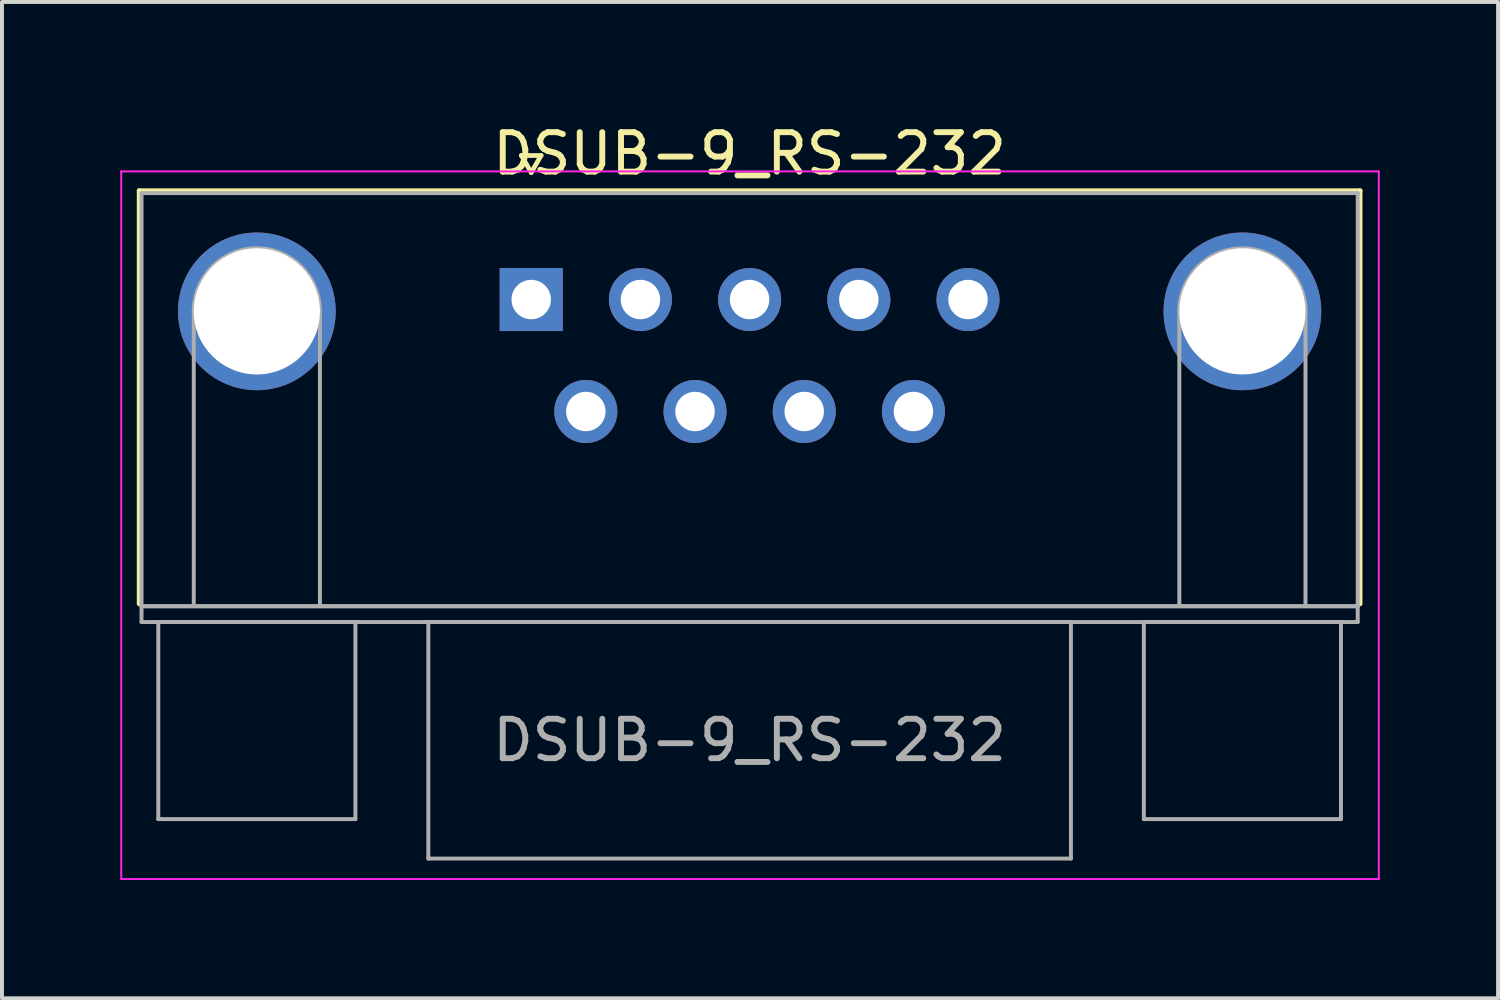
<source format=kicad_pcb>
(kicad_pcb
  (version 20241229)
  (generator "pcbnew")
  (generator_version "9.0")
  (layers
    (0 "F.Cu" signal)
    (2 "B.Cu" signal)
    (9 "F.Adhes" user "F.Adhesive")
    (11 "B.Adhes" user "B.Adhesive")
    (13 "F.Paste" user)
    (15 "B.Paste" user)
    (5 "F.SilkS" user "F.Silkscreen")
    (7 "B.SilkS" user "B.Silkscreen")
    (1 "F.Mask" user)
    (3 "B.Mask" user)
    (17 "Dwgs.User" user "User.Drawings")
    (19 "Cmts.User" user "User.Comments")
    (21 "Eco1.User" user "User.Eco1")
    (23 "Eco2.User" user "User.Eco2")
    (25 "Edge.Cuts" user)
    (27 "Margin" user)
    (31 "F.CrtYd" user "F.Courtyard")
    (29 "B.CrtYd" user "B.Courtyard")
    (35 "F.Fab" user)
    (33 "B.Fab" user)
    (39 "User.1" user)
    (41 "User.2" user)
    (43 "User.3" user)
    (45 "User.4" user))
  (footprint "DSUB-9_RS-232"
    (layer "F.Cu")
    (at 10.425 4.548)
    (property "Reference" "DSUB-9_RS-232" (at 5.54 -3.7 0) (layer "F.SilkS") (effects (font (size 1 1) (thickness 0.15))))
    (attr through_hole)
    (fp_line (start -9.945 -2.76) (end 21.025 -2.76) (stroke (width 0.12) (type solid)) (layer "F.SilkS"))
    (fp_line (start -9.945 7.72) (end -9.945 -2.76) (stroke (width 0.12) (type solid)) (layer "F.SilkS"))
    (fp_line (start -0.25 -3.654) (end 0.25 -3.654) (stroke (width 0.12) (type solid)) (layer "F.SilkS"))
    (fp_line (start 0 -3.221) (end -0.25 -3.654) (stroke (width 0.12) (type solid)) (layer "F.SilkS"))
    (fp_line (start 0.25 -3.654) (end 0 -3.221) (stroke (width 0.12) (type solid)) (layer "F.SilkS"))
    (fp_line (start 21.025 -2.76) (end 21.025 7.72) (stroke (width 0.12) (type solid)) (layer "F.SilkS"))
    (fp_line (start -10.4 -3.25) (end -10.4 14.7) (stroke (width 0.05) (type solid)) (layer "F.CrtYd"))
    (fp_line (start -10.4 14.7) (end 21.5 14.7) (stroke (width 0.05) (type solid)) (layer "F.CrtYd"))
    (fp_line (start 21.5 -3.25) (end -10.4 -3.25) (stroke (width 0.05) (type solid)) (layer "F.CrtYd"))
    (fp_line (start 21.5 14.7) (end 21.5 -3.25) (stroke (width 0.05) (type solid)) (layer "F.CrtYd"))
    (fp_line (start -9.885 -2.7) (end -9.885 7.78) (stroke (width 0.1) (type solid)) (layer "F.Fab"))
    (fp_line (start -9.885 7.78) (end -9.885 8.18) (stroke (width 0.1) (type solid)) (layer "F.Fab"))
    (fp_line (start -9.885 7.78) (end 20.965 7.78) (stroke (width 0.1) (type solid)) (layer "F.Fab"))
    (fp_line (start -9.885 8.18) (end 20.965 8.18) (stroke (width 0.1) (type solid)) (layer "F.Fab"))
    (fp_line (start -9.46 8.18) (end -9.46 13.18) (stroke (width 0.1) (type solid)) (layer "F.Fab"))
    (fp_line (start -9.46 13.18) (end -4.46 13.18) (stroke (width 0.1) (type solid)) (layer "F.Fab"))
    (fp_line (start -8.56 7.78) (end -8.56 0.3) (stroke (width 0.1) (type solid)) (layer "F.Fab"))
    (fp_line (start -5.36 7.78) (end -5.36 0.3) (stroke (width 0.1) (type solid)) (layer "F.Fab"))
    (fp_line (start -4.46 8.18) (end -9.46 8.18) (stroke (width 0.1) (type solid)) (layer "F.Fab"))
    (fp_line (start -4.46 13.18) (end -4.46 8.18) (stroke (width 0.1) (type solid)) (layer "F.Fab"))
    (fp_line (start -2.61 8.18) (end -2.61 14.18) (stroke (width 0.1) (type solid)) (layer "F.Fab"))
    (fp_line (start -2.61 14.18) (end 13.69 14.18) (stroke (width 0.1) (type solid)) (layer "F.Fab"))
    (fp_line (start 13.69 8.18) (end -2.61 8.18) (stroke (width 0.1) (type solid)) (layer "F.Fab"))
    (fp_line (start 13.69 14.18) (end 13.69 8.18) (stroke (width 0.1) (type solid)) (layer "F.Fab"))
    (fp_line (start 15.54 8.18) (end 15.54 13.18) (stroke (width 0.1) (type solid)) (layer "F.Fab"))
    (fp_line (start 15.54 13.18) (end 20.54 13.18) (stroke (width 0.1) (type solid)) (layer "F.Fab"))
    (fp_line (start 16.44 7.78) (end 16.44 0.3) (stroke (width 0.1) (type solid)) (layer "F.Fab"))
    (fp_line (start 19.64 7.78) (end 19.64 0.3) (stroke (width 0.1) (type solid)) (layer "F.Fab"))
    (fp_line (start 20.54 8.18) (end 15.54 8.18) (stroke (width 0.1) (type solid)) (layer "F.Fab"))
    (fp_line (start 20.54 13.18) (end 20.54 8.18) (stroke (width 0.1) (type solid)) (layer "F.Fab"))
    (fp_line (start 20.965 -2.7) (end -9.885 -2.7) (stroke (width 0.1) (type solid)) (layer "F.Fab"))
    (fp_line (start 20.965 7.78) (end -9.885 7.78) (stroke (width 0.1) (type solid)) (layer "F.Fab"))
    (fp_line (start 20.965 7.78) (end 20.965 -2.7) (stroke (width 0.1) (type solid)) (layer "F.Fab"))
    (fp_line (start 20.965 8.18) (end 20.965 7.78) (stroke (width 0.1) (type solid)) (layer "F.Fab"))
    (fp_arc (start -8.56 0.3) (mid -6.96 -1.3) (end -5.36 0.3) (stroke (width 0.1) (type solid)) (layer "F.Fab"))
    (fp_arc (start 16.44 0.3) (mid 18.04 -1.3) (end 19.64 0.3) (stroke (width 0.1) (type solid)) (layer "F.Fab"))
    (fp_text user "${REFERENCE}" (at 5.54 11.18 0) (layer "F.Fab") (effects (font (size 1 1) (thickness 0.15))))
    (pad "0" thru_hole circle (at -6.96 0.3) (size 4 4) (drill 3.2) (layers "*.Cu" "*.Mask"))
    (pad "0" thru_hole circle (at 18.04 0.3) (size 4 4) (drill 3.2) (layers "*.Cu" "*.Mask"))
    (pad "1" thru_hole rect (at 0 0) (size 1.6 1.6) (drill 1) (layers "*.Cu" "*.Mask"))
    (pad "2" thru_hole circle (at 2.77 0) (size 1.6 1.6) (drill 1) (layers "*.Cu" "*.Mask"))
    (pad "3" thru_hole circle (at 5.54 0) (size 1.6 1.6) (drill 1) (layers "*.Cu" "*.Mask"))
    (pad "4" thru_hole circle (at 8.31 0) (size 1.6 1.6) (drill 1) (layers "*.Cu" "*.Mask"))
    (pad "5" thru_hole circle (at 11.08 0) (size 1.6 1.6) (drill 1) (layers "*.Cu" "*.Mask"))
    (pad "6" thru_hole circle (at 1.385 2.84) (size 1.6 1.6) (drill 1) (layers "*.Cu" "*.Mask"))
    (pad "7" thru_hole circle (at 4.155 2.84) (size 1.6 1.6) (drill 1) (layers "*.Cu" "*.Mask"))
    (pad "8" thru_hole circle (at 6.925 2.84) (size 1.6 1.6) (drill 1) (layers "*.Cu" "*.Mask"))
    (pad "9" thru_hole circle (at 9.695 2.84) (size 1.6 1.6) (drill 1) (layers "*.Cu" "*.Mask")))
  (gr_rect
    (start -3 -3)
    (end 34.95 22.273)
    (stroke (width 0.1) (type default))
    (fill no)
    (layer "Edge.Cuts")))
</source>
